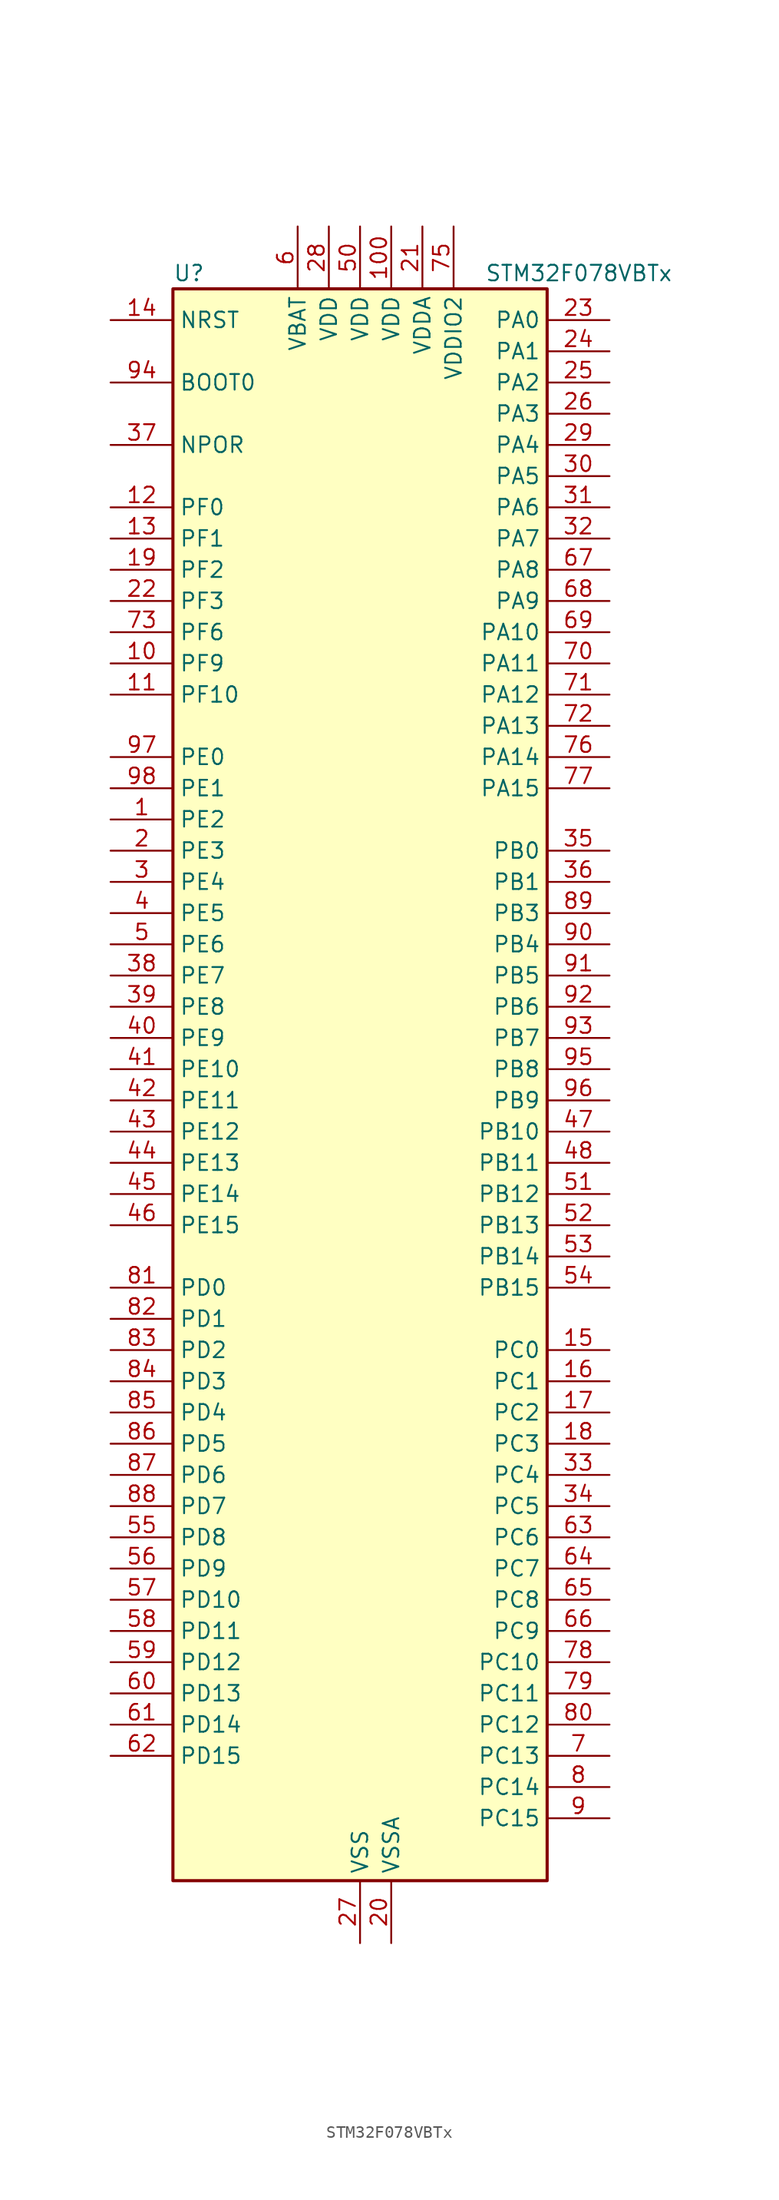
<source format=kicad_sym>
(kicad_symbol_lib
  (version 20231120)
  (generator "kicad_symbol_editor")
  (generator_version "8.0")
  (symbol "STM32F078VBTx"
    (property "Reference" "U"
      (at -15.24 67.31 0)
      (effects (font (size 1.27 1.27)) (justify left)))
    (property "Value" "STM32F078VBTx"
      (at 10.16 67.31 0)
      (effects (font (size 1.27 1.27)) (justify left)))
    (property "ki_locked" ""
      (at 0 0 0)
      (effects (font (size 1.27 1.27))))
    (symbol "STM32F078VBTx_0_1"
      (rectangle (start -15.24 -63.5) (end 15.24 66.04) (stroke (width 0.254) (type default)) (fill (type background))))
    (symbol "STM32F078VBTx_1_1"
      (pin bidirectional line (at -20.32 22.86 0) (length 5.08) (name "PE2" (effects (font (size 1.27 1.27)))) (number "1" (effects (font (size 1.27 1.27)))) (alternate "TIM3_ETR" bidirectional line) (alternate "TSC_G7_IO1" bidirectional line))
      (pin bidirectional line (at -20.32 35.56 0) (length 5.08) (name "PF9" (effects (font (size 1.27 1.27)))) (number "10" (effects (font (size 1.27 1.27)))) (alternate "DAC_EXTI9" bidirectional line) (alternate "TIM15_CH1" bidirectional line))
      (pin power_in line (at 2.54 71.12 270) (length 5.08) (name "VDD" (effects (font (size 1.27 1.27)))) (number "100" (effects (font (size 1.27 1.27)))))
      (pin bidirectional line (at -20.32 33.02 0) (length 5.08) (name "PF10" (effects (font (size 1.27 1.27)))) (number "11" (effects (font (size 1.27 1.27)))) (alternate "TIM15_CH2" bidirectional line))
      (pin bidirectional line (at -20.32 48.26 0) (length 5.08) (name "PF0" (effects (font (size 1.27 1.27)))) (number "12" (effects (font (size 1.27 1.27)))) (alternate "CRS_SYNC" bidirectional line) (alternate "RCC_OSC_IN" bidirectional line))
      (pin bidirectional line (at -20.32 45.72 0) (length 5.08) (name "PF1" (effects (font (size 1.27 1.27)))) (number "13" (effects (font (size 1.27 1.27)))) (alternate "RCC_OSC_OUT" bidirectional line))
      (pin input line (at -20.32 63.5 0) (length 5.08) (name "NRST" (effects (font (size 1.27 1.27)))) (number "14" (effects (font (size 1.27 1.27)))))
      (pin bidirectional line (at 20.32 -20.32 180) (length 5.08) (name "PC0" (effects (font (size 1.27 1.27)))) (number "15" (effects (font (size 1.27 1.27)))) (alternate "ADC_IN10" bidirectional line))
      (pin bidirectional line (at 20.32 -22.86 180) (length 5.08) (name "PC1" (effects (font (size 1.27 1.27)))) (number "16" (effects (font (size 1.27 1.27)))) (alternate "ADC_IN11" bidirectional line))
      (pin bidirectional line (at 20.32 -25.4 180) (length 5.08) (name "PC2" (effects (font (size 1.27 1.27)))) (number "17" (effects (font (size 1.27 1.27)))) (alternate "ADC_IN12" bidirectional line) (alternate "I2S2_MCK" bidirectional line) (alternate "SPI2_MISO" bidirectional line))
      (pin bidirectional line (at 20.32 -27.94 180) (length 5.08) (name "PC3" (effects (font (size 1.27 1.27)))) (number "18" (effects (font (size 1.27 1.27)))) (alternate "ADC_IN13" bidirectional line) (alternate "I2S2_SD" bidirectional line) (alternate "SPI2_MOSI" bidirectional line))
      (pin bidirectional line (at -20.32 43.18 0) (length 5.08) (name "PF2" (effects (font (size 1.27 1.27)))) (number "19" (effects (font (size 1.27 1.27)))) (alternate "SYS_WKUP8" bidirectional line))
      (pin bidirectional line (at -20.32 20.32 0) (length 5.08) (name "PE3" (effects (font (size 1.27 1.27)))) (number "2" (effects (font (size 1.27 1.27)))) (alternate "TIM3_CH1" bidirectional line) (alternate "TSC_G7_IO2" bidirectional line))
      (pin power_in line (at 2.54 -68.58 90) (length 5.08) (name "VSSA" (effects (font (size 1.27 1.27)))) (number "20" (effects (font (size 1.27 1.27)))))
      (pin power_in line (at 5.08 71.12 270) (length 5.08) (name "VDDA" (effects (font (size 1.27 1.27)))) (number "21" (effects (font (size 1.27 1.27)))))
      (pin bidirectional line (at -20.32 40.64 0) (length 5.08) (name "PF3" (effects (font (size 1.27 1.27)))) (number "22" (effects (font (size 1.27 1.27)))))
      (pin bidirectional line (at 20.32 63.5 180) (length 5.08) (name "PA0" (effects (font (size 1.27 1.27)))) (number "23" (effects (font (size 1.27 1.27)))) (alternate "ADC_IN0" bidirectional line) (alternate "COMP1_INM" bidirectional line) (alternate "COMP1_OUT" bidirectional line) (alternate "RTC_TAMP2" bidirectional line) (alternate "SYS_WKUP1" bidirectional line) (alternate "TIM2_CH1" bidirectional line) (alternate "TIM2_ETR" bidirectional line) (alternate "TSC_G1_IO1" bidirectional line) (alternate "USART2_CTS" bidirectional line) (alternate "USART4_TX" bidirectional line))
      (pin bidirectional line (at 20.32 60.96 180) (length 5.08) (name "PA1" (effects (font (size 1.27 1.27)))) (number "24" (effects (font (size 1.27 1.27)))) (alternate "ADC_IN1" bidirectional line) (alternate "COMP1_INP" bidirectional line) (alternate "TIM15_CH1N" bidirectional line) (alternate "TIM2_CH2" bidirectional line) (alternate "TSC_G1_IO2" bidirectional line) (alternate "USART2_DE" bidirectional line) (alternate "USART2_RTS" bidirectional line) (alternate "USART4_RX" bidirectional line))
      (pin bidirectional line (at 20.32 58.42 180) (length 5.08) (name "PA2" (effects (font (size 1.27 1.27)))) (number "25" (effects (font (size 1.27 1.27)))) (alternate "ADC_IN2" bidirectional line) (alternate "COMP2_INM" bidirectional line) (alternate "COMP2_OUT" bidirectional line) (alternate "SYS_WKUP4" bidirectional line) (alternate "TIM15_CH1" bidirectional line) (alternate "TIM2_CH3" bidirectional line) (alternate "TSC_G1_IO3" bidirectional line) (alternate "USART2_TX" bidirectional line))
      (pin bidirectional line (at 20.32 55.88 180) (length 5.08) (name "PA3" (effects (font (size 1.27 1.27)))) (number "26" (effects (font (size 1.27 1.27)))) (alternate "ADC_IN3" bidirectional line) (alternate "COMP2_INP" bidirectional line) (alternate "TIM15_CH2" bidirectional line) (alternate "TIM2_CH4" bidirectional line) (alternate "TSC_G1_IO4" bidirectional line) (alternate "USART2_RX" bidirectional line))
      (pin power_in line (at 0 -68.58 90) (length 5.08) (name "VSS" (effects (font (size 1.27 1.27)))) (number "27" (effects (font (size 1.27 1.27)))))
      (pin power_in line (at -2.54 71.12 270) (length 5.08) (name "VDD" (effects (font (size 1.27 1.27)))) (number "28" (effects (font (size 1.27 1.27)))))
      (pin bidirectional line (at 20.32 53.34 180) (length 5.08) (name "PA4" (effects (font (size 1.27 1.27)))) (number "29" (effects (font (size 1.27 1.27)))) (alternate "ADC_IN4" bidirectional line) (alternate "COMP1_INM" bidirectional line) (alternate "COMP2_INM" bidirectional line) (alternate "DAC_OUT1" bidirectional line) (alternate "I2S1_WS" bidirectional line) (alternate "SPI1_NSS" bidirectional line) (alternate "TIM14_CH1" bidirectional line) (alternate "TSC_G2_IO1" bidirectional line) (alternate "USART2_CK" bidirectional line))
      (pin bidirectional line (at -20.32 17.78 0) (length 5.08) (name "PE4" (effects (font (size 1.27 1.27)))) (number "3" (effects (font (size 1.27 1.27)))) (alternate "TIM3_CH2" bidirectional line) (alternate "TSC_G7_IO3" bidirectional line))
      (pin bidirectional line (at 20.32 50.8 180) (length 5.08) (name "PA5" (effects (font (size 1.27 1.27)))) (number "30" (effects (font (size 1.27 1.27)))) (alternate "ADC_IN5" bidirectional line) (alternate "CEC" bidirectional line) (alternate "COMP1_INM" bidirectional line) (alternate "COMP2_INM" bidirectional line) (alternate "DAC_OUT2" bidirectional line) (alternate "I2S1_CK" bidirectional line) (alternate "SPI1_SCK" bidirectional line) (alternate "TIM2_CH1" bidirectional line) (alternate "TIM2_ETR" bidirectional line) (alternate "TSC_G2_IO2" bidirectional line))
      (pin bidirectional line (at 20.32 48.26 180) (length 5.08) (name "PA6" (effects (font (size 1.27 1.27)))) (number "31" (effects (font (size 1.27 1.27)))) (alternate "ADC_IN6" bidirectional line) (alternate "COMP1_OUT" bidirectional line) (alternate "I2S1_MCK" bidirectional line) (alternate "SPI1_MISO" bidirectional line) (alternate "TIM16_CH1" bidirectional line) (alternate "TIM1_BKIN" bidirectional line) (alternate "TIM3_CH1" bidirectional line) (alternate "TSC_G2_IO3" bidirectional line) (alternate "USART3_CTS" bidirectional line))
      (pin bidirectional line (at 20.32 45.72 180) (length 5.08) (name "PA7" (effects (font (size 1.27 1.27)))) (number "32" (effects (font (size 1.27 1.27)))) (alternate "ADC_IN7" bidirectional line) (alternate "COMP2_OUT" bidirectional line) (alternate "I2S1_SD" bidirectional line) (alternate "SPI1_MOSI" bidirectional line) (alternate "TIM14_CH1" bidirectional line) (alternate "TIM17_CH1" bidirectional line) (alternate "TIM1_CH1N" bidirectional line) (alternate "TIM3_CH2" bidirectional line) (alternate "TSC_G2_IO4" bidirectional line))
      (pin bidirectional line (at 20.32 -30.48 180) (length 5.08) (name "PC4" (effects (font (size 1.27 1.27)))) (number "33" (effects (font (size 1.27 1.27)))) (alternate "ADC_IN14" bidirectional line) (alternate "USART3_TX" bidirectional line))
      (pin bidirectional line (at 20.32 -33.02 180) (length 5.08) (name "PC5" (effects (font (size 1.27 1.27)))) (number "34" (effects (font (size 1.27 1.27)))) (alternate "ADC_IN15" bidirectional line) (alternate "SYS_WKUP5" bidirectional line) (alternate "TSC_G3_IO1" bidirectional line) (alternate "USART3_RX" bidirectional line))
      (pin bidirectional line (at 20.32 20.32 180) (length 5.08) (name "PB0" (effects (font (size 1.27 1.27)))) (number "35" (effects (font (size 1.27 1.27)))) (alternate "ADC_IN8" bidirectional line) (alternate "TIM1_CH2N" bidirectional line) (alternate "TIM3_CH3" bidirectional line) (alternate "TSC_G3_IO2" bidirectional line) (alternate "USART3_CK" bidirectional line))
      (pin bidirectional line (at 20.32 17.78 180) (length 5.08) (name "PB1" (effects (font (size 1.27 1.27)))) (number "36" (effects (font (size 1.27 1.27)))) (alternate "ADC_IN9" bidirectional line) (alternate "TIM14_CH1" bidirectional line) (alternate "TIM1_CH3N" bidirectional line) (alternate "TIM3_CH4" bidirectional line) (alternate "TSC_G3_IO3" bidirectional line) (alternate "USART3_DE" bidirectional line) (alternate "USART3_RTS" bidirectional line))
      (pin input line (at -20.32 53.34 0) (length 5.08) (name "NPOR" (effects (font (size 1.27 1.27)))) (number "37" (effects (font (size 1.27 1.27)))))
      (pin bidirectional line (at -20.32 10.16 0) (length 5.08) (name "PE7" (effects (font (size 1.27 1.27)))) (number "38" (effects (font (size 1.27 1.27)))) (alternate "TIM1_ETR" bidirectional line))
      (pin bidirectional line (at -20.32 7.62 0) (length 5.08) (name "PE8" (effects (font (size 1.27 1.27)))) (number "39" (effects (font (size 1.27 1.27)))) (alternate "TIM1_CH1N" bidirectional line))
      (pin bidirectional line (at -20.32 15.24 0) (length 5.08) (name "PE5" (effects (font (size 1.27 1.27)))) (number "4" (effects (font (size 1.27 1.27)))) (alternate "TIM3_CH3" bidirectional line) (alternate "TSC_G7_IO4" bidirectional line))
      (pin bidirectional line (at -20.32 5.08 0) (length 5.08) (name "PE9" (effects (font (size 1.27 1.27)))) (number "40" (effects (font (size 1.27 1.27)))) (alternate "DAC_EXTI9" bidirectional line) (alternate "TIM1_CH1" bidirectional line))
      (pin bidirectional line (at -20.32 2.54 0) (length 5.08) (name "PE10" (effects (font (size 1.27 1.27)))) (number "41" (effects (font (size 1.27 1.27)))) (alternate "TIM1_CH2N" bidirectional line))
      (pin bidirectional line (at -20.32 0 0) (length 5.08) (name "PE11" (effects (font (size 1.27 1.27)))) (number "42" (effects (font (size 1.27 1.27)))) (alternate "TIM1_CH2" bidirectional line))
      (pin bidirectional line (at -20.32 -2.54 0) (length 5.08) (name "PE12" (effects (font (size 1.27 1.27)))) (number "43" (effects (font (size 1.27 1.27)))) (alternate "I2S1_WS" bidirectional line) (alternate "SPI1_NSS" bidirectional line) (alternate "TIM1_CH3N" bidirectional line))
      (pin bidirectional line (at -20.32 -5.08 0) (length 5.08) (name "PE13" (effects (font (size 1.27 1.27)))) (number "44" (effects (font (size 1.27 1.27)))) (alternate "I2S1_CK" bidirectional line) (alternate "SPI1_SCK" bidirectional line) (alternate "TIM1_CH3" bidirectional line))
      (pin bidirectional line (at -20.32 -7.62 0) (length 5.08) (name "PE14" (effects (font (size 1.27 1.27)))) (number "45" (effects (font (size 1.27 1.27)))) (alternate "I2S1_MCK" bidirectional line) (alternate "SPI1_MISO" bidirectional line) (alternate "TIM1_CH4" bidirectional line))
      (pin bidirectional line (at -20.32 -10.16 0) (length 5.08) (name "PE15" (effects (font (size 1.27 1.27)))) (number "46" (effects (font (size 1.27 1.27)))) (alternate "I2S1_SD" bidirectional line) (alternate "SPI1_MOSI" bidirectional line) (alternate "TIM1_BKIN" bidirectional line))
      (pin bidirectional line (at 20.32 -2.54 180) (length 5.08) (name "PB10" (effects (font (size 1.27 1.27)))) (number "47" (effects (font (size 1.27 1.27)))) (alternate "CEC" bidirectional line) (alternate "I2C2_SCL" bidirectional line) (alternate "I2S2_CK" bidirectional line) (alternate "SPI2_SCK" bidirectional line) (alternate "TIM2_CH3" bidirectional line) (alternate "TSC_SYNC" bidirectional line) (alternate "USART3_TX" bidirectional line))
      (pin bidirectional line (at 20.32 -5.08 180) (length 5.08) (name "PB11" (effects (font (size 1.27 1.27)))) (number "48" (effects (font (size 1.27 1.27)))) (alternate "I2C2_SDA" bidirectional line) (alternate "TIM2_CH4" bidirectional line) (alternate "TSC_G6_IO1" bidirectional line) (alternate "USART3_RX" bidirectional line))
      (pin passive line (at 0 -68.58 90) (length 5.08) hide (name "VSS" (effects (font (size 1.27 1.27)))) (number "49" (effects (font (size 1.27 1.27)))))
      (pin bidirectional line (at -20.32 12.7 0) (length 5.08) (name "PE6" (effects (font (size 1.27 1.27)))) (number "5" (effects (font (size 1.27 1.27)))) (alternate "RTC_TAMP3" bidirectional line) (alternate "SYS_WKUP3" bidirectional line) (alternate "TIM3_CH4" bidirectional line))
      (pin power_in line (at 0 71.12 270) (length 5.08) (name "VDD" (effects (font (size 1.27 1.27)))) (number "50" (effects (font (size 1.27 1.27)))))
      (pin bidirectional line (at 20.32 -7.62 180) (length 5.08) (name "PB12" (effects (font (size 1.27 1.27)))) (number "51" (effects (font (size 1.27 1.27)))) (alternate "I2S2_WS" bidirectional line) (alternate "SPI2_NSS" bidirectional line) (alternate "TIM15_BKIN" bidirectional line) (alternate "TIM1_BKIN" bidirectional line) (alternate "TSC_G6_IO2" bidirectional line) (alternate "USART3_CK" bidirectional line))
      (pin bidirectional line (at 20.32 -10.16 180) (length 5.08) (name "PB13" (effects (font (size 1.27 1.27)))) (number "52" (effects (font (size 1.27 1.27)))) (alternate "I2C2_SCL" bidirectional line) (alternate "I2S2_CK" bidirectional line) (alternate "SPI2_SCK" bidirectional line) (alternate "TIM1_CH1N" bidirectional line) (alternate "TSC_G6_IO3" bidirectional line) (alternate "USART3_CTS" bidirectional line))
      (pin bidirectional line (at 20.32 -12.7 180) (length 5.08) (name "PB14" (effects (font (size 1.27 1.27)))) (number "53" (effects (font (size 1.27 1.27)))) (alternate "I2C2_SDA" bidirectional line) (alternate "I2S2_MCK" bidirectional line) (alternate "SPI2_MISO" bidirectional line) (alternate "TIM15_CH1" bidirectional line) (alternate "TIM1_CH2N" bidirectional line) (alternate "TSC_G6_IO4" bidirectional line) (alternate "USART3_DE" bidirectional line) (alternate "USART3_RTS" bidirectional line))
      (pin bidirectional line (at 20.32 -15.24 180) (length 5.08) (name "PB15" (effects (font (size 1.27 1.27)))) (number "54" (effects (font (size 1.27 1.27)))) (alternate "I2S2_SD" bidirectional line) (alternate "RTC_REFIN" bidirectional line) (alternate "SPI2_MOSI" bidirectional line) (alternate "SYS_WKUP7" bidirectional line) (alternate "TIM15_CH1N" bidirectional line) (alternate "TIM15_CH2" bidirectional line) (alternate "TIM1_CH3N" bidirectional line))
      (pin bidirectional line (at -20.32 -35.56 0) (length 5.08) (name "PD8" (effects (font (size 1.27 1.27)))) (number "55" (effects (font (size 1.27 1.27)))) (alternate "USART3_TX" bidirectional line))
      (pin bidirectional line (at -20.32 -38.1 0) (length 5.08) (name "PD9" (effects (font (size 1.27 1.27)))) (number "56" (effects (font (size 1.27 1.27)))) (alternate "DAC_EXTI9" bidirectional line) (alternate "USART3_RX" bidirectional line))
      (pin bidirectional line (at -20.32 -40.64 0) (length 5.08) (name "PD10" (effects (font (size 1.27 1.27)))) (number "57" (effects (font (size 1.27 1.27)))) (alternate "USART3_CK" bidirectional line))
      (pin bidirectional line (at -20.32 -43.18 0) (length 5.08) (name "PD11" (effects (font (size 1.27 1.27)))) (number "58" (effects (font (size 1.27 1.27)))) (alternate "USART3_CTS" bidirectional line))
      (pin bidirectional line (at -20.32 -45.72 0) (length 5.08) (name "PD12" (effects (font (size 1.27 1.27)))) (number "59" (effects (font (size 1.27 1.27)))) (alternate "TSC_G8_IO1" bidirectional line) (alternate "USART3_DE" bidirectional line) (alternate "USART3_RTS" bidirectional line))
      (pin power_in line (at -5.08 71.12 270) (length 5.08) (name "VBAT" (effects (font (size 1.27 1.27)))) (number "6" (effects (font (size 1.27 1.27)))))
      (pin bidirectional line (at -20.32 -48.26 0) (length 5.08) (name "PD13" (effects (font (size 1.27 1.27)))) (number "60" (effects (font (size 1.27 1.27)))) (alternate "TSC_G8_IO2" bidirectional line))
      (pin bidirectional line (at -20.32 -50.8 0) (length 5.08) (name "PD14" (effects (font (size 1.27 1.27)))) (number "61" (effects (font (size 1.27 1.27)))) (alternate "TSC_G8_IO3" bidirectional line))
      (pin bidirectional line (at -20.32 -53.34 0) (length 5.08) (name "PD15" (effects (font (size 1.27 1.27)))) (number "62" (effects (font (size 1.27 1.27)))) (alternate "CRS_SYNC" bidirectional line) (alternate "TSC_G8_IO4" bidirectional line))
      (pin bidirectional line (at 20.32 -35.56 180) (length 5.08) (name "PC6" (effects (font (size 1.27 1.27)))) (number "63" (effects (font (size 1.27 1.27)))) (alternate "TIM3_CH1" bidirectional line))
      (pin bidirectional line (at 20.32 -38.1 180) (length 5.08) (name "PC7" (effects (font (size 1.27 1.27)))) (number "64" (effects (font (size 1.27 1.27)))) (alternate "TIM3_CH2" bidirectional line))
      (pin bidirectional line (at 20.32 -40.64 180) (length 5.08) (name "PC8" (effects (font (size 1.27 1.27)))) (number "65" (effects (font (size 1.27 1.27)))) (alternate "TIM3_CH3" bidirectional line))
      (pin bidirectional line (at 20.32 -43.18 180) (length 5.08) (name "PC9" (effects (font (size 1.27 1.27)))) (number "66" (effects (font (size 1.27 1.27)))) (alternate "DAC_EXTI9" bidirectional line) (alternate "TIM3_CH4" bidirectional line))
      (pin bidirectional line (at 20.32 43.18 180) (length 5.08) (name "PA8" (effects (font (size 1.27 1.27)))) (number "67" (effects (font (size 1.27 1.27)))) (alternate "CRS_SYNC" bidirectional line) (alternate "RCC_MCO" bidirectional line) (alternate "TIM1_CH1" bidirectional line) (alternate "USART1_CK" bidirectional line))
      (pin bidirectional line (at 20.32 40.64 180) (length 5.08) (name "PA9" (effects (font (size 1.27 1.27)))) (number "68" (effects (font (size 1.27 1.27)))) (alternate "DAC_EXTI9" bidirectional line) (alternate "TIM15_BKIN" bidirectional line) (alternate "TIM1_CH2" bidirectional line) (alternate "TSC_G4_IO1" bidirectional line) (alternate "USART1_TX" bidirectional line))
      (pin bidirectional line (at 20.32 38.1 180) (length 5.08) (name "PA10" (effects (font (size 1.27 1.27)))) (number "69" (effects (font (size 1.27 1.27)))) (alternate "TIM17_BKIN" bidirectional line) (alternate "TIM1_CH3" bidirectional line) (alternate "TSC_G4_IO2" bidirectional line) (alternate "USART1_RX" bidirectional line))
      (pin bidirectional line (at 20.32 -53.34 180) (length 5.08) (name "PC13" (effects (font (size 1.27 1.27)))) (number "7" (effects (font (size 1.27 1.27)))) (alternate "RTC_OUT_ALARM" bidirectional line) (alternate "RTC_OUT_CALIB" bidirectional line) (alternate "RTC_TAMP1" bidirectional line) (alternate "RTC_TS" bidirectional line) (alternate "SYS_WKUP2" bidirectional line))
      (pin bidirectional line (at 20.32 35.56 180) (length 5.08) (name "PA11" (effects (font (size 1.27 1.27)))) (number "70" (effects (font (size 1.27 1.27)))) (alternate "COMP1_OUT" bidirectional line) (alternate "TIM1_CH4" bidirectional line) (alternate "TSC_G4_IO3" bidirectional line) (alternate "USART1_CTS" bidirectional line) (alternate "USB_DM" bidirectional line))
      (pin bidirectional line (at 20.32 33.02 180) (length 5.08) (name "PA12" (effects (font (size 1.27 1.27)))) (number "71" (effects (font (size 1.27 1.27)))) (alternate "COMP2_OUT" bidirectional line) (alternate "TIM1_ETR" bidirectional line) (alternate "TSC_G4_IO4" bidirectional line) (alternate "USART1_DE" bidirectional line) (alternate "USART1_RTS" bidirectional line) (alternate "USB_DP" bidirectional line))
      (pin bidirectional line (at 20.32 30.48 180) (length 5.08) (name "PA13" (effects (font (size 1.27 1.27)))) (number "72" (effects (font (size 1.27 1.27)))) (alternate "IR_OUT" bidirectional line) (alternate "SYS_SWDIO" bidirectional line) (alternate "USB_NOE" bidirectional line))
      (pin bidirectional line (at -20.32 38.1 0) (length 5.08) (name "PF6" (effects (font (size 1.27 1.27)))) (number "73" (effects (font (size 1.27 1.27)))))
      (pin passive line (at 0 -68.58 90) (length 5.08) hide (name "VSS" (effects (font (size 1.27 1.27)))) (number "74" (effects (font (size 1.27 1.27)))))
      (pin power_in line (at 7.62 71.12 270) (length 5.08) (name "VDDIO2" (effects (font (size 1.27 1.27)))) (number "75" (effects (font (size 1.27 1.27)))))
      (pin bidirectional line (at 20.32 27.94 180) (length 5.08) (name "PA14" (effects (font (size 1.27 1.27)))) (number "76" (effects (font (size 1.27 1.27)))) (alternate "SYS_SWCLK" bidirectional line) (alternate "USART2_TX" bidirectional line))
      (pin bidirectional line (at 20.32 25.4 180) (length 5.08) (name "PA15" (effects (font (size 1.27 1.27)))) (number "77" (effects (font (size 1.27 1.27)))) (alternate "I2S1_WS" bidirectional line) (alternate "SPI1_NSS" bidirectional line) (alternate "TIM2_CH1" bidirectional line) (alternate "TIM2_ETR" bidirectional line) (alternate "USART2_RX" bidirectional line) (alternate "USART4_DE" bidirectional line) (alternate "USART4_RTS" bidirectional line))
      (pin bidirectional line (at 20.32 -45.72 180) (length 5.08) (name "PC10" (effects (font (size 1.27 1.27)))) (number "78" (effects (font (size 1.27 1.27)))) (alternate "USART3_TX" bidirectional line) (alternate "USART4_TX" bidirectional line))
      (pin bidirectional line (at 20.32 -48.26 180) (length 5.08) (name "PC11" (effects (font (size 1.27 1.27)))) (number "79" (effects (font (size 1.27 1.27)))) (alternate "USART3_RX" bidirectional line) (alternate "USART4_RX" bidirectional line))
      (pin bidirectional line (at 20.32 -55.88 180) (length 5.08) (name "PC14" (effects (font (size 1.27 1.27)))) (number "8" (effects (font (size 1.27 1.27)))) (alternate "RCC_OSC32_IN" bidirectional line))
      (pin bidirectional line (at 20.32 -50.8 180) (length 5.08) (name "PC12" (effects (font (size 1.27 1.27)))) (number "80" (effects (font (size 1.27 1.27)))) (alternate "USART3_CK" bidirectional line) (alternate "USART4_CK" bidirectional line))
      (pin bidirectional line (at -20.32 -15.24 0) (length 5.08) (name "PD0" (effects (font (size 1.27 1.27)))) (number "81" (effects (font (size 1.27 1.27)))) (alternate "I2S2_WS" bidirectional line) (alternate "SPI2_NSS" bidirectional line))
      (pin bidirectional line (at -20.32 -17.78 0) (length 5.08) (name "PD1" (effects (font (size 1.27 1.27)))) (number "82" (effects (font (size 1.27 1.27)))) (alternate "I2S2_CK" bidirectional line) (alternate "SPI2_SCK" bidirectional line))
      (pin bidirectional line (at -20.32 -20.32 0) (length 5.08) (name "PD2" (effects (font (size 1.27 1.27)))) (number "83" (effects (font (size 1.27 1.27)))) (alternate "TIM3_ETR" bidirectional line) (alternate "USART3_DE" bidirectional line) (alternate "USART3_RTS" bidirectional line))
      (pin bidirectional line (at -20.32 -22.86 0) (length 5.08) (name "PD3" (effects (font (size 1.27 1.27)))) (number "84" (effects (font (size 1.27 1.27)))) (alternate "I2S2_MCK" bidirectional line) (alternate "SPI2_MISO" bidirectional line) (alternate "USART2_CTS" bidirectional line))
      (pin bidirectional line (at -20.32 -25.4 0) (length 5.08) (name "PD4" (effects (font (size 1.27 1.27)))) (number "85" (effects (font (size 1.27 1.27)))) (alternate "I2S2_SD" bidirectional line) (alternate "SPI2_MOSI" bidirectional line) (alternate "USART2_DE" bidirectional line) (alternate "USART2_RTS" bidirectional line))
      (pin bidirectional line (at -20.32 -27.94 0) (length 5.08) (name "PD5" (effects (font (size 1.27 1.27)))) (number "86" (effects (font (size 1.27 1.27)))) (alternate "USART2_TX" bidirectional line))
      (pin bidirectional line (at -20.32 -30.48 0) (length 5.08) (name "PD6" (effects (font (size 1.27 1.27)))) (number "87" (effects (font (size 1.27 1.27)))) (alternate "USART2_RX" bidirectional line))
      (pin bidirectional line (at -20.32 -33.02 0) (length 5.08) (name "PD7" (effects (font (size 1.27 1.27)))) (number "88" (effects (font (size 1.27 1.27)))) (alternate "USART2_CK" bidirectional line))
      (pin bidirectional line (at 20.32 15.24 180) (length 5.08) (name "PB3" (effects (font (size 1.27 1.27)))) (number "89" (effects (font (size 1.27 1.27)))) (alternate "I2S1_CK" bidirectional line) (alternate "SPI1_SCK" bidirectional line) (alternate "TIM2_CH2" bidirectional line) (alternate "TSC_G5_IO1" bidirectional line))
      (pin bidirectional line (at 20.32 -58.42 180) (length 5.08) (name "PC15" (effects (font (size 1.27 1.27)))) (number "9" (effects (font (size 1.27 1.27)))) (alternate "RCC_OSC32_OUT" bidirectional line))
      (pin bidirectional line (at 20.32 12.7 180) (length 5.08) (name "PB4" (effects (font (size 1.27 1.27)))) (number "90" (effects (font (size 1.27 1.27)))) (alternate "I2S1_MCK" bidirectional line) (alternate "SPI1_MISO" bidirectional line) (alternate "TIM17_BKIN" bidirectional line) (alternate "TIM3_CH1" bidirectional line) (alternate "TSC_G5_IO2" bidirectional line))
      (pin bidirectional line (at 20.32 10.16 180) (length 5.08) (name "PB5" (effects (font (size 1.27 1.27)))) (number "91" (effects (font (size 1.27 1.27)))) (alternate "I2C1_SMBA" bidirectional line) (alternate "I2S1_SD" bidirectional line) (alternate "SPI1_MOSI" bidirectional line) (alternate "SYS_WKUP6" bidirectional line) (alternate "TIM16_BKIN" bidirectional line) (alternate "TIM3_CH2" bidirectional line))
      (pin bidirectional line (at 20.32 7.62 180) (length 5.08) (name "PB6" (effects (font (size 1.27 1.27)))) (number "92" (effects (font (size 1.27 1.27)))) (alternate "I2C1_SCL" bidirectional line) (alternate "TIM16_CH1N" bidirectional line) (alternate "TSC_G5_IO3" bidirectional line) (alternate "USART1_TX" bidirectional line))
      (pin bidirectional line (at 20.32 5.08 180) (length 5.08) (name "PB7" (effects (font (size 1.27 1.27)))) (number "93" (effects (font (size 1.27 1.27)))) (alternate "I2C1_SDA" bidirectional line) (alternate "TIM17_CH1N" bidirectional line) (alternate "TSC_G5_IO4" bidirectional line) (alternate "USART1_RX" bidirectional line) (alternate "USART4_CTS" bidirectional line))
      (pin input line (at -20.32 58.42 0) (length 5.08) (name "BOOT0" (effects (font (size 1.27 1.27)))) (number "94" (effects (font (size 1.27 1.27)))))
      (pin bidirectional line (at 20.32 2.54 180) (length 5.08) (name "PB8" (effects (font (size 1.27 1.27)))) (number "95" (effects (font (size 1.27 1.27)))) (alternate "CEC" bidirectional line) (alternate "I2C1_SCL" bidirectional line) (alternate "TIM16_CH1" bidirectional line) (alternate "TSC_SYNC" bidirectional line))
      (pin bidirectional line (at 20.32 0 180) (length 5.08) (name "PB9" (effects (font (size 1.27 1.27)))) (number "96" (effects (font (size 1.27 1.27)))) (alternate "DAC_EXTI9" bidirectional line) (alternate "I2C1_SDA" bidirectional line) (alternate "I2S2_WS" bidirectional line) (alternate "IR_OUT" bidirectional line) (alternate "SPI2_NSS" bidirectional line) (alternate "TIM17_CH1" bidirectional line))
      (pin bidirectional line (at -20.32 27.94 0) (length 5.08) (name "PE0" (effects (font (size 1.27 1.27)))) (number "97" (effects (font (size 1.27 1.27)))) (alternate "TIM16_CH1" bidirectional line))
      (pin bidirectional line (at -20.32 25.4 0) (length 5.08) (name "PE1" (effects (font (size 1.27 1.27)))) (number "98" (effects (font (size 1.27 1.27)))) (alternate "TIM17_CH1" bidirectional line))
      (pin passive line (at 0 -68.58 90) (length 5.08) hide (name "VSS" (effects (font (size 1.27 1.27)))) (number "99" (effects (font (size 1.27 1.27))))))))
</source>
